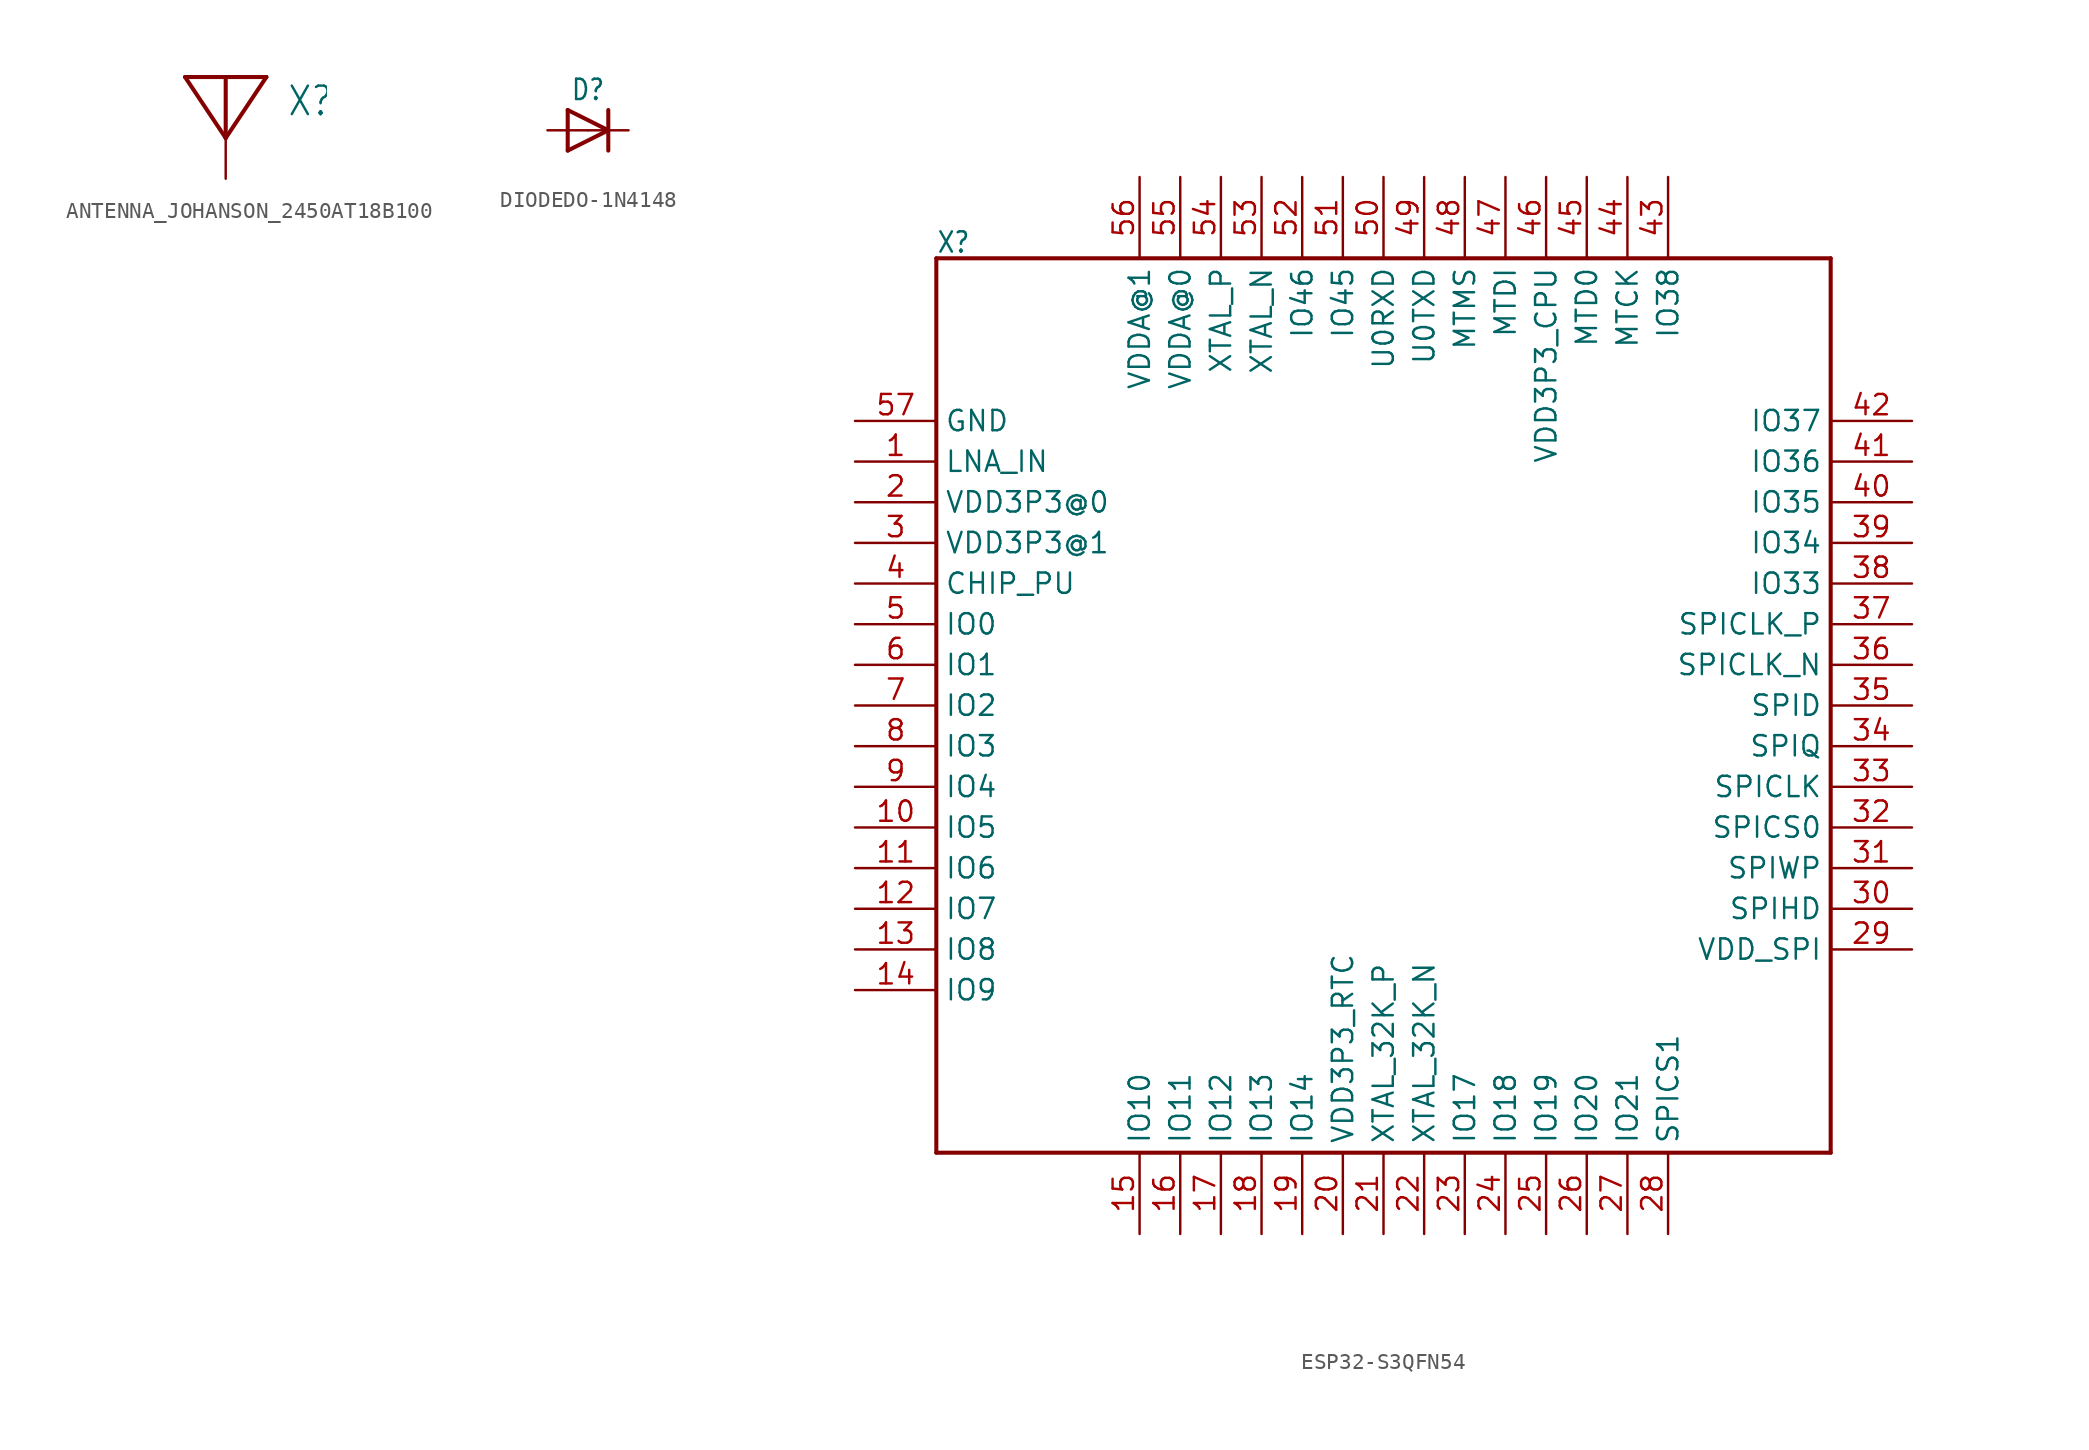
<source format=kicad_sym>
(kicad_symbol_lib
  (version 20231120)
  (generator "kicad_symbol_editor")
  (generator_version "8.0")
  (symbol "ANTENNA_JOHANSON_2450AT18B100"
    (property "Reference" "X"
      (at 3.81 1.27 0)
      (effects (font (size 1.778 1.511)) (justify left bottom)))
    (property "Value" ""
      (at 3.81 -1.27 0)
      (effects (font (size 1.778 1.511)) (justify left bottom)))
    (property "ki_locked" ""
      (at 0 0 0)
      (effects (font (size 1.27 1.27))))
    (symbol "ANTENNA_JOHANSON_2450AT18B100_1_0"
      (polyline (pts (xy -2.54 3.81) (xy 0 0)) (stroke (width 0.254) (type solid)) (fill (type none)))
      (polyline (pts (xy 0 0) (xy 0 3.81)) (stroke (width 0.254) (type solid)) (fill (type none)))
      (polyline (pts (xy 0 0) (xy 2.54 3.81)) (stroke (width 0.254) (type solid)) (fill (type none)))
      (polyline (pts (xy 0 3.81) (xy -2.54 3.81)) (stroke (width 0.254) (type solid)) (fill (type none)))
      (polyline (pts (xy 2.54 3.81) (xy 0 3.81)) (stroke (width 0.254) (type solid)) (fill (type none)))
      (pin passive line (at 0 -2.54 90) (length 2.54) (name "P$1" (effects (font (size 0 0)))) (number "FP" (effects (font (size 0 0)))))))
  (symbol "DIODEDO-1N4148"
    (property "Reference" "D"
      (at 0 2.54 0)
      (effects (font (size 1.27 1.079))))
    (property "Value" ""
      (at 0 -2.5 0)
      (effects (font (size 1.27 1.079))))
    (property "ki_locked" ""
      (at 0 0 0)
      (effects (font (size 1.27 1.27))))
    (symbol "DIODEDO-1N4148_1_0"
      (polyline (pts (xy -1.27 -1.27) (xy 1.27 0)) (stroke (width 0.254) (type solid)) (fill (type none)))
      (polyline (pts (xy -1.27 1.27) (xy -1.27 -1.27)) (stroke (width 0.254) (type solid)) (fill (type none)))
      (polyline (pts (xy 1.27 0) (xy -1.27 1.27)) (stroke (width 0.254) (type solid)) (fill (type none)))
      (polyline (pts (xy 1.27 0) (xy 1.27 -1.27)) (stroke (width 0.254) (type solid)) (fill (type none)))
      (polyline (pts (xy 1.27 1.27) (xy 1.27 0)) (stroke (width 0.254) (type solid)) (fill (type none)))
      (pin passive line (at -2.54 0 0) (length 2.54) (name "A" (effects (font (size 0 0)))) (number "A" (effects (font (size 0 0)))))
      (pin passive line (at 2.54 0 180) (length 2.54) (name "C" (effects (font (size 0 0)))) (number "C" (effects (font (size 0 0)))))))
  (symbol "ESP32-S3QFN54"
    (property "Reference" "X"
      (at -27.94 28.194 0)
      (effects (font (size 1.27 1.079)) (justify left bottom)))
    (property "Value" ""
      (at -25.4 -30.48 0)
      (effects (font (size 1.27 1.079)) (justify left bottom)))
    (property "ki_locked" ""
      (at 0 0 0)
      (effects (font (size 1.27 1.27))))
    (symbol "ESP32-S3QFN54_1_0"
      (polyline (pts (xy -27.94 -27.94) (xy -27.94 27.94)) (stroke (width 0.254) (type solid)) (fill (type none)))
      (polyline (pts (xy -27.94 27.94) (xy 27.94 27.94)) (stroke (width 0.254) (type solid)) (fill (type none)))
      (polyline (pts (xy 27.94 -27.94) (xy -27.94 -27.94)) (stroke (width 0.254) (type solid)) (fill (type none)))
      (polyline (pts (xy 27.94 27.94) (xy 27.94 -27.94)) (stroke (width 0.254) (type solid)) (fill (type none)))
      (pin bidirectional line (at -33.02 15.24 0) (length 5.08) (name "LNA_IN" (effects (font (size 1.27 1.27)))) (number "1" (effects (font (size 1.27 1.27)))))
      (pin bidirectional line (at -33.02 -7.62 0) (length 5.08) (name "IO5" (effects (font (size 1.27 1.27)))) (number "10" (effects (font (size 1.27 1.27)))))
      (pin bidirectional line (at -33.02 -10.16 0) (length 5.08) (name "IO6" (effects (font (size 1.27 1.27)))) (number "11" (effects (font (size 1.27 1.27)))))
      (pin bidirectional line (at -33.02 -12.7 0) (length 5.08) (name "IO7" (effects (font (size 1.27 1.27)))) (number "12" (effects (font (size 1.27 1.27)))))
      (pin bidirectional line (at -33.02 -15.24 0) (length 5.08) (name "IO8" (effects (font (size 1.27 1.27)))) (number "13" (effects (font (size 1.27 1.27)))))
      (pin bidirectional line (at -33.02 -17.78 0) (length 5.08) (name "IO9" (effects (font (size 1.27 1.27)))) (number "14" (effects (font (size 1.27 1.27)))))
      (pin bidirectional line (at -15.24 -33.02 90) (length 5.08) (name "IO10" (effects (font (size 1.27 1.27)))) (number "15" (effects (font (size 1.27 1.27)))))
      (pin bidirectional line (at -12.7 -33.02 90) (length 5.08) (name "IO11" (effects (font (size 1.27 1.27)))) (number "16" (effects (font (size 1.27 1.27)))))
      (pin bidirectional line (at -10.16 -33.02 90) (length 5.08) (name "IO12" (effects (font (size 1.27 1.27)))) (number "17" (effects (font (size 1.27 1.27)))))
      (pin bidirectional line (at -7.62 -33.02 90) (length 5.08) (name "IO13" (effects (font (size 1.27 1.27)))) (number "18" (effects (font (size 1.27 1.27)))))
      (pin bidirectional line (at -5.08 -33.02 90) (length 5.08) (name "IO14" (effects (font (size 1.27 1.27)))) (number "19" (effects (font (size 1.27 1.27)))))
      (pin power_in line (at -33.02 12.7 0) (length 5.08) (name "VDD3P3@0" (effects (font (size 1.27 1.27)))) (number "2" (effects (font (size 1.27 1.27)))))
      (pin power_in line (at -2.54 -33.02 90) (length 5.08) (name "VDD3P3_RTC" (effects (font (size 1.27 1.27)))) (number "20" (effects (font (size 1.27 1.27)))))
      (pin bidirectional line (at 0 -33.02 90) (length 5.08) (name "XTAL_32K_P" (effects (font (size 1.27 1.27)))) (number "21" (effects (font (size 1.27 1.27)))))
      (pin bidirectional line (at 2.54 -33.02 90) (length 5.08) (name "XTAL_32K_N" (effects (font (size 1.27 1.27)))) (number "22" (effects (font (size 1.27 1.27)))))
      (pin bidirectional line (at 5.08 -33.02 90) (length 5.08) (name "IO17" (effects (font (size 1.27 1.27)))) (number "23" (effects (font (size 1.27 1.27)))))
      (pin bidirectional line (at 7.62 -33.02 90) (length 5.08) (name "IO18" (effects (font (size 1.27 1.27)))) (number "24" (effects (font (size 1.27 1.27)))))
      (pin bidirectional line (at 10.16 -33.02 90) (length 5.08) (name "IO19" (effects (font (size 1.27 1.27)))) (number "25" (effects (font (size 1.27 1.27)))))
      (pin bidirectional line (at 12.7 -33.02 90) (length 5.08) (name "IO20" (effects (font (size 1.27 1.27)))) (number "26" (effects (font (size 1.27 1.27)))))
      (pin bidirectional line (at 15.24 -33.02 90) (length 5.08) (name "IO21" (effects (font (size 1.27 1.27)))) (number "27" (effects (font (size 1.27 1.27)))))
      (pin bidirectional line (at 17.78 -33.02 90) (length 5.08) (name "SPICS1" (effects (font (size 1.27 1.27)))) (number "28" (effects (font (size 1.27 1.27)))))
      (pin power_in line (at 33.02 -15.24 180) (length 5.08) (name "VDD_SPI" (effects (font (size 1.27 1.27)))) (number "29" (effects (font (size 1.27 1.27)))))
      (pin power_in line (at -33.02 10.16 0) (length 5.08) (name "VDD3P3@1" (effects (font (size 1.27 1.27)))) (number "3" (effects (font (size 1.27 1.27)))))
      (pin bidirectional line (at 33.02 -12.7 180) (length 5.08) (name "SPIHD" (effects (font (size 1.27 1.27)))) (number "30" (effects (font (size 1.27 1.27)))))
      (pin bidirectional line (at 33.02 -10.16 180) (length 5.08) (name "SPIWP" (effects (font (size 1.27 1.27)))) (number "31" (effects (font (size 1.27 1.27)))))
      (pin bidirectional line (at 33.02 -7.62 180) (length 5.08) (name "SPICS0" (effects (font (size 1.27 1.27)))) (number "32" (effects (font (size 1.27 1.27)))))
      (pin bidirectional line (at 33.02 -5.08 180) (length 5.08) (name "SPICLK" (effects (font (size 1.27 1.27)))) (number "33" (effects (font (size 1.27 1.27)))))
      (pin bidirectional line (at 33.02 -2.54 180) (length 5.08) (name "SPIQ" (effects (font (size 1.27 1.27)))) (number "34" (effects (font (size 1.27 1.27)))))
      (pin bidirectional line (at 33.02 0 180) (length 5.08) (name "SPID" (effects (font (size 1.27 1.27)))) (number "35" (effects (font (size 1.27 1.27)))))
      (pin bidirectional line (at 33.02 2.54 180) (length 5.08) (name "SPICLK_N" (effects (font (size 1.27 1.27)))) (number "36" (effects (font (size 1.27 1.27)))))
      (pin bidirectional line (at 33.02 5.08 180) (length 5.08) (name "SPICLK_P" (effects (font (size 1.27 1.27)))) (number "37" (effects (font (size 1.27 1.27)))))
      (pin bidirectional line (at 33.02 7.62 180) (length 5.08) (name "IO33" (effects (font (size 1.27 1.27)))) (number "38" (effects (font (size 1.27 1.27)))))
      (pin bidirectional line (at 33.02 10.16 180) (length 5.08) (name "IO34" (effects (font (size 1.27 1.27)))) (number "39" (effects (font (size 1.27 1.27)))))
      (pin input line (at -33.02 7.62 0) (length 5.08) (name "CHIP_PU" (effects (font (size 1.27 1.27)))) (number "4" (effects (font (size 1.27 1.27)))))
      (pin bidirectional line (at 33.02 12.7 180) (length 5.08) (name "IO35" (effects (font (size 1.27 1.27)))) (number "40" (effects (font (size 1.27 1.27)))))
      (pin bidirectional line (at 33.02 15.24 180) (length 5.08) (name "IO36" (effects (font (size 1.27 1.27)))) (number "41" (effects (font (size 1.27 1.27)))))
      (pin bidirectional line (at 33.02 17.78 180) (length 5.08) (name "IO37" (effects (font (size 1.27 1.27)))) (number "42" (effects (font (size 1.27 1.27)))))
      (pin bidirectional line (at 17.78 33.02 270) (length 5.08) (name "IO38" (effects (font (size 1.27 1.27)))) (number "43" (effects (font (size 1.27 1.27)))))
      (pin bidirectional line (at 15.24 33.02 270) (length 5.08) (name "MTCK" (effects (font (size 1.27 1.27)))) (number "44" (effects (font (size 1.27 1.27)))))
      (pin bidirectional line (at 12.7 33.02 270) (length 5.08) (name "MTD0" (effects (font (size 1.27 1.27)))) (number "45" (effects (font (size 1.27 1.27)))))
      (pin power_in line (at 10.16 33.02 270) (length 5.08) (name "VDD3P3_CPU" (effects (font (size 1.27 1.27)))) (number "46" (effects (font (size 1.27 1.27)))))
      (pin bidirectional line (at 7.62 33.02 270) (length 5.08) (name "MTDI" (effects (font (size 1.27 1.27)))) (number "47" (effects (font (size 1.27 1.27)))))
      (pin bidirectional line (at 5.08 33.02 270) (length 5.08) (name "MTMS" (effects (font (size 1.27 1.27)))) (number "48" (effects (font (size 1.27 1.27)))))
      (pin bidirectional line (at 2.54 33.02 270) (length 5.08) (name "U0TXD" (effects (font (size 1.27 1.27)))) (number "49" (effects (font (size 1.27 1.27)))))
      (pin bidirectional line (at -33.02 5.08 0) (length 5.08) (name "IO0" (effects (font (size 1.27 1.27)))) (number "5" (effects (font (size 1.27 1.27)))))
      (pin bidirectional line (at 0 33.02 270) (length 5.08) (name "U0RXD" (effects (font (size 1.27 1.27)))) (number "50" (effects (font (size 1.27 1.27)))))
      (pin bidirectional line (at -2.54 33.02 270) (length 5.08) (name "IO45" (effects (font (size 1.27 1.27)))) (number "51" (effects (font (size 1.27 1.27)))))
      (pin input line (at -5.08 33.02 270) (length 5.08) (name "IO46" (effects (font (size 1.27 1.27)))) (number "52" (effects (font (size 1.27 1.27)))))
      (pin bidirectional line (at -7.62 33.02 270) (length 5.08) (name "XTAL_N" (effects (font (size 1.27 1.27)))) (number "53" (effects (font (size 1.27 1.27)))))
      (pin bidirectional line (at -10.16 33.02 270) (length 5.08) (name "XTAL_P" (effects (font (size 1.27 1.27)))) (number "54" (effects (font (size 1.27 1.27)))))
      (pin power_in line (at -12.7 33.02 270) (length 5.08) (name "VDDA@0" (effects (font (size 1.27 1.27)))) (number "55" (effects (font (size 1.27 1.27)))))
      (pin power_in line (at -15.24 33.02 270) (length 5.08) (name "VDDA@1" (effects (font (size 1.27 1.27)))) (number "56" (effects (font (size 1.27 1.27)))))
      (pin power_in line (at -33.02 17.78 0) (length 5.08) (name "GND" (effects (font (size 1.27 1.27)))) (number "57" (effects (font (size 1.27 1.27)))))
      (pin bidirectional line (at -33.02 2.54 0) (length 5.08) (name "IO1" (effects (font (size 1.27 1.27)))) (number "6" (effects (font (size 1.27 1.27)))))
      (pin bidirectional line (at -33.02 0 0) (length 5.08) (name "IO2" (effects (font (size 1.27 1.27)))) (number "7" (effects (font (size 1.27 1.27)))))
      (pin bidirectional line (at -33.02 -2.54 0) (length 5.08) (name "IO3" (effects (font (size 1.27 1.27)))) (number "8" (effects (font (size 1.27 1.27)))))
      (pin bidirectional line (at -33.02 -5.08 0) (length 5.08) (name "IO4" (effects (font (size 1.27 1.27)))) (number "9" (effects (font (size 1.27 1.27))))))))
</source>
